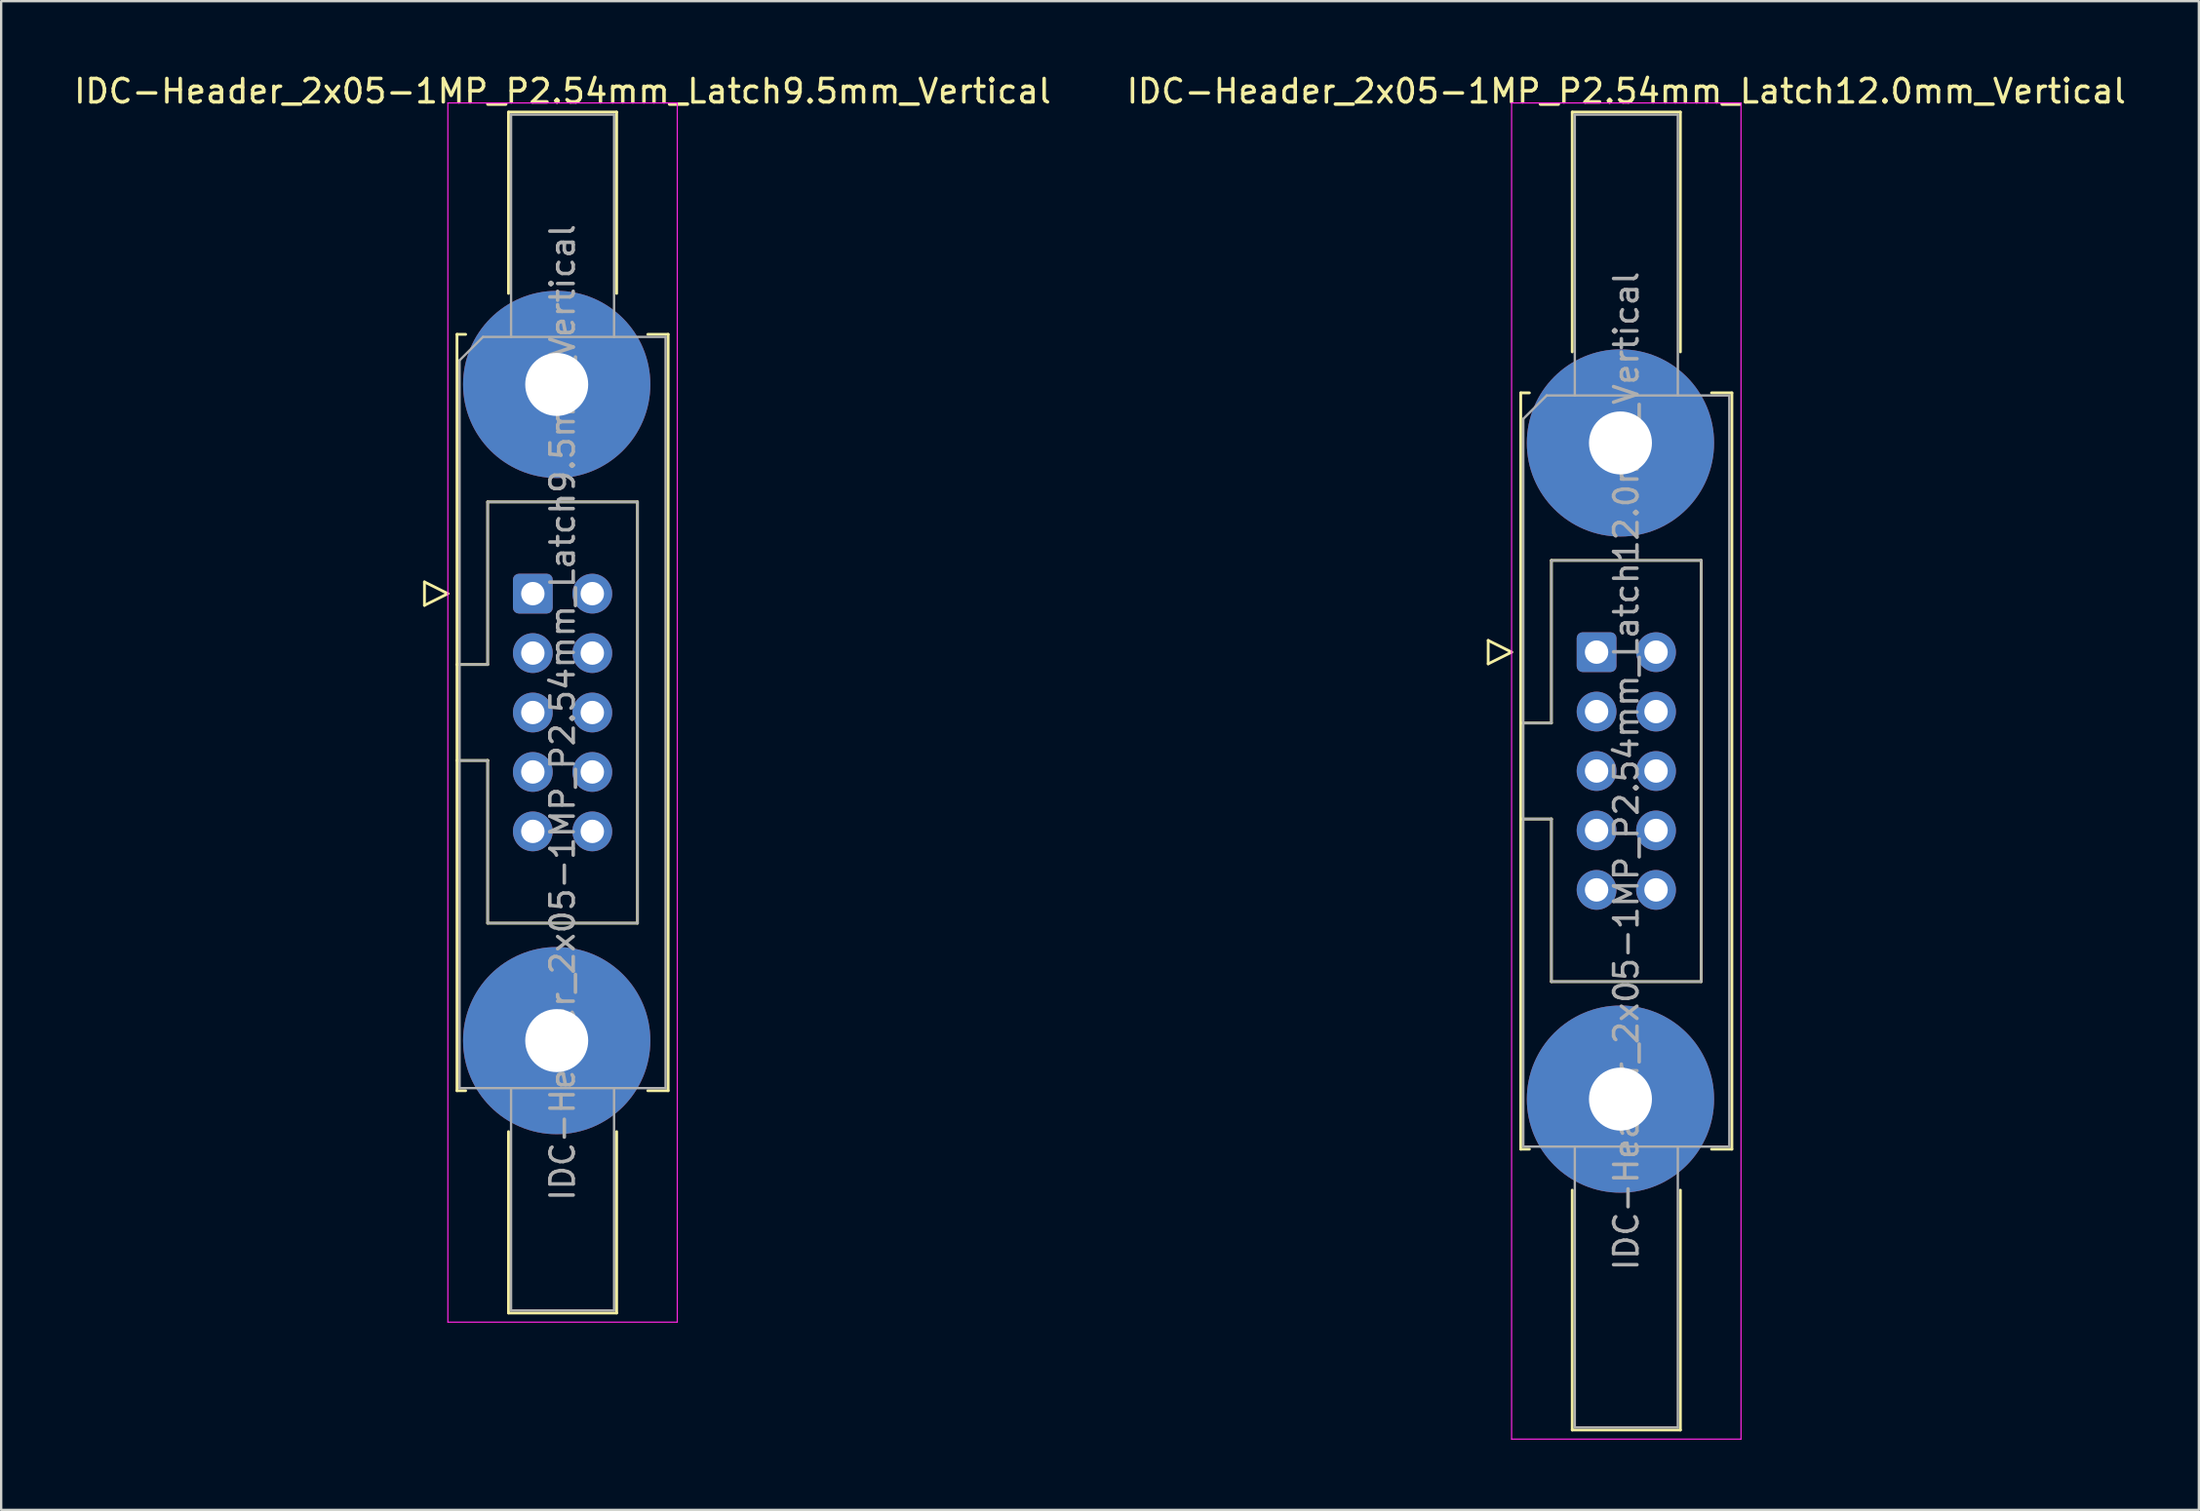
<source format=kicad_pcb>
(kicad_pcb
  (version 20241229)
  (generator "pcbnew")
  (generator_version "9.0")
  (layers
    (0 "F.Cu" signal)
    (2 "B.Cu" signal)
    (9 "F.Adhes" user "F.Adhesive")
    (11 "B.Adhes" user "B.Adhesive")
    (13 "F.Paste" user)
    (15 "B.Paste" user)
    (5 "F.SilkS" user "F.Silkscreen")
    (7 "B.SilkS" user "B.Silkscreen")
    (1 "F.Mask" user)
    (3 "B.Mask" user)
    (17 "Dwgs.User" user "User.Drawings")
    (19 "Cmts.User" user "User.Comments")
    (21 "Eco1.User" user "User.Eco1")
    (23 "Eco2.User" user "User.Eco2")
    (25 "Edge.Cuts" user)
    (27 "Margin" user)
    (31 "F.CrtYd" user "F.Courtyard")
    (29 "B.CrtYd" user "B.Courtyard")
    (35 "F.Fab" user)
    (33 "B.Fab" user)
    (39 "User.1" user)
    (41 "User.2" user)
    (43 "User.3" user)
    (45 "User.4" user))
  (footprint "IDC-Header_2x05-1MP_P2.54mm_Latch9.5mm_Vertical"
    (layer "F.Cu")
    (at 19.712 22.318)
    (property "Reference" "IDC-Header_2x05-1MP_P2.54mm_Latch9.5mm_Vertical" (at 1.27 -21.47 0) (layer "F.SilkS") (effects (font (size 1 1) (thickness 0.15))))
    (attr through_hole)
    (fp_line (start -4.63 -0.5) (end -4.63 0.5) (stroke (width 0.12) (type solid)) (layer "F.SilkS"))
    (fp_line (start -4.63 0.5) (end -3.63 0) (stroke (width 0.12) (type solid)) (layer "F.SilkS"))
    (fp_line (start -3.63 0) (end -4.63 -0.5) (stroke (width 0.12) (type solid)) (layer "F.SilkS"))
    (fp_line (start -3.24 -11.08) (end -3.24 21.24) (stroke (width 0.12) (type solid)) (layer "F.SilkS"))
    (fp_line (start -3.24 3.03) (end -1.93 3.03) (stroke (width 0.12) (type solid)) (layer "F.SilkS"))
    (fp_line (start -3.24 21.24) (end -2.87 21.24) (stroke (width 0.12) (type solid)) (layer "F.SilkS"))
    (fp_line (start -2.87 -11.08) (end -3.24 -11.08) (stroke (width 0.12) (type solid)) (layer "F.SilkS"))
    (fp_line (start -1.93 -3.92) (end 4.47 -3.92) (stroke (width 0.12) (type solid)) (layer "F.SilkS"))
    (fp_line (start -1.93 3.03) (end -1.93 -3.92) (stroke (width 0.12) (type solid)) (layer "F.SilkS"))
    (fp_line (start -1.93 7.13) (end -3.24 7.13) (stroke (width 0.12) (type solid)) (layer "F.SilkS"))
    (fp_line (start -1.93 7.13) (end -1.93 7.13) (stroke (width 0.12) (type solid)) (layer "F.SilkS"))
    (fp_line (start -1.93 14.08) (end -1.93 7.13) (stroke (width 0.12) (type solid)) (layer "F.SilkS"))
    (fp_line (start -1.04 -20.58) (end 3.58 -20.58) (stroke (width 0.12) (type solid)) (layer "F.SilkS"))
    (fp_line (start -1.04 -12.83) (end -1.04 -20.58) (stroke (width 0.12) (type solid)) (layer "F.SilkS"))
    (fp_line (start -1.04 22.99) (end -1.04 30.74) (stroke (width 0.12) (type solid)) (layer "F.SilkS"))
    (fp_line (start -1.04 30.74) (end 3.58 30.74) (stroke (width 0.12) (type solid)) (layer "F.SilkS"))
    (fp_line (start 3.58 -20.58) (end 3.58 -12.83) (stroke (width 0.12) (type solid)) (layer "F.SilkS"))
    (fp_line (start 3.58 30.74) (end 3.58 22.99) (stroke (width 0.12) (type solid)) (layer "F.SilkS"))
    (fp_line (start 4.47 -3.92) (end 4.47 14.08) (stroke (width 0.12) (type solid)) (layer "F.SilkS"))
    (fp_line (start 4.47 14.08) (end -1.93 14.08) (stroke (width 0.12) (type solid)) (layer "F.SilkS"))
    (fp_line (start 4.91 -11.08) (end 5.78 -11.08) (stroke (width 0.12) (type solid)) (layer "F.SilkS"))
    (fp_line (start 5.78 -11.08) (end 5.78 21.24) (stroke (width 0.12) (type solid)) (layer "F.SilkS"))
    (fp_line (start 5.78 21.24) (end 4.91 21.24) (stroke (width 0.12) (type solid)) (layer "F.SilkS"))
    (fp_line (start -3.63 -20.97) (end -3.63 31.13) (stroke (width 0.05) (type solid)) (layer "F.CrtYd"))
    (fp_line (start -3.63 31.13) (end 6.17 31.13) (stroke (width 0.05) (type solid)) (layer "F.CrtYd"))
    (fp_line (start 6.17 -20.97) (end -3.63 -20.97) (stroke (width 0.05) (type solid)) (layer "F.CrtYd"))
    (fp_line (start 6.17 31.13) (end 6.17 -20.97) (stroke (width 0.05) (type solid)) (layer "F.CrtYd"))
    (fp_line (start -3.13 -9.97) (end -2.13 -10.97) (stroke (width 0.1) (type solid)) (layer "F.Fab"))
    (fp_line (start -3.13 3.03) (end -1.93 3.03) (stroke (width 0.1) (type solid)) (layer "F.Fab"))
    (fp_line (start -3.13 21.13) (end -3.13 -9.97) (stroke (width 0.1) (type solid)) (layer "F.Fab"))
    (fp_line (start -2.13 -10.97) (end 5.67 -10.97) (stroke (width 0.1) (type solid)) (layer "F.Fab"))
    (fp_line (start -1.93 -3.92) (end 4.47 -3.92) (stroke (width 0.1) (type solid)) (layer "F.Fab"))
    (fp_line (start -1.93 3.03) (end -1.93 -3.92) (stroke (width 0.1) (type solid)) (layer "F.Fab"))
    (fp_line (start -1.93 7.13) (end -3.13 7.13) (stroke (width 0.1) (type solid)) (layer "F.Fab"))
    (fp_line (start -1.93 7.13) (end -1.93 7.13) (stroke (width 0.1) (type solid)) (layer "F.Fab"))
    (fp_line (start -1.93 14.08) (end -1.93 7.13) (stroke (width 0.1) (type solid)) (layer "F.Fab"))
    (fp_line (start -0.93 -20.47) (end 3.47 -20.47) (stroke (width 0.1) (type solid)) (layer "F.Fab"))
    (fp_line (start -0.93 -10.97) (end -0.93 -20.47) (stroke (width 0.1) (type solid)) (layer "F.Fab"))
    (fp_line (start -0.93 21.13) (end -0.93 30.63) (stroke (width 0.1) (type solid)) (layer "F.Fab"))
    (fp_line (start -0.93 30.63) (end 3.47 30.63) (stroke (width 0.1) (type solid)) (layer "F.Fab"))
    (fp_line (start 3.47 -20.47) (end 3.47 -10.97) (stroke (width 0.1) (type solid)) (layer "F.Fab"))
    (fp_line (start 3.47 30.63) (end 3.47 21.13) (stroke (width 0.1) (type solid)) (layer "F.Fab"))
    (fp_line (start 4.47 -3.92) (end 4.47 14.08) (stroke (width 0.1) (type solid)) (layer "F.Fab"))
    (fp_line (start 4.47 14.08) (end -1.93 14.08) (stroke (width 0.1) (type solid)) (layer "F.Fab"))
    (fp_line (start 5.67 -10.97) (end 5.67 21.13) (stroke (width 0.1) (type solid)) (layer "F.Fab"))
    (fp_line (start 5.67 21.13) (end -3.13 21.13) (stroke (width 0.1) (type solid)) (layer "F.Fab"))
    (fp_text user "${REFERENCE}" (at 1.27 5.08 90) (layer "F.Fab") (effects (font (size 1 1) (thickness 0.15))))
    (pad "1" thru_hole roundrect (at 0 0) (size 1.7 1.7) (drill 1) (layers "*.Cu" "*.Mask") (roundrect_rratio 0.147))
    (pad "2" thru_hole circle (at 2.54 0) (size 1.7 1.7) (drill 1) (layers "*.Cu" "*.Mask"))
    (pad "3" thru_hole circle (at 0 2.54) (size 1.7 1.7) (drill 1) (layers "*.Cu" "*.Mask"))
    (pad "4" thru_hole circle (at 2.54 2.54) (size 1.7 1.7) (drill 1) (layers "*.Cu" "*.Mask"))
    (pad "5" thru_hole circle (at 0 5.08) (size 1.7 1.7) (drill 1) (layers "*.Cu" "*.Mask"))
    (pad "6" thru_hole circle (at 2.54 5.08) (size 1.7 1.7) (drill 1) (layers "*.Cu" "*.Mask"))
    (pad "7" thru_hole circle (at 0 7.62) (size 1.7 1.7) (drill 1) (layers "*.Cu" "*.Mask"))
    (pad "8" thru_hole circle (at 2.54 7.62) (size 1.7 1.7) (drill 1) (layers "*.Cu" "*.Mask"))
    (pad "9" thru_hole circle (at 0 10.16) (size 1.7 1.7) (drill 1) (layers "*.Cu" "*.Mask"))
    (pad "10" thru_hole circle (at 2.54 10.16) (size 1.7 1.7) (drill 1) (layers "*.Cu" "*.Mask"))
    (pad "MP" thru_hole circle (at 1.02 -8.94) (size 8 8) (drill 2.69) (layers "*.Cu" "*.Mask"))
    (pad "MP" thru_hole circle (at 1.02 19.1) (size 8 8) (drill 2.69) (layers "*.Cu" "*.Mask")))
  (footprint "IDC-Header_2x05-1MP_P2.54mm_Latch12.0mm_Vertical"
    (layer "F.Cu")
    (at 65.153 24.818)
    (property "Reference" "IDC-Header_2x05-1MP_P2.54mm_Latch12.0mm_Vertical" (at 1.27 -23.97 0) (layer "F.SilkS") (effects (font (size 1 1) (thickness 0.15))))
    (attr through_hole)
    (fp_line (start -4.63 -0.5) (end -4.63 0.5) (stroke (width 0.12) (type solid)) (layer "F.SilkS"))
    (fp_line (start -4.63 0.5) (end -3.63 0) (stroke (width 0.12) (type solid)) (layer "F.SilkS"))
    (fp_line (start -3.63 0) (end -4.63 -0.5) (stroke (width 0.12) (type solid)) (layer "F.SilkS"))
    (fp_line (start -3.24 -11.08) (end -3.24 21.24) (stroke (width 0.12) (type solid)) (layer "F.SilkS"))
    (fp_line (start -3.24 3.03) (end -1.93 3.03) (stroke (width 0.12) (type solid)) (layer "F.SilkS"))
    (fp_line (start -3.24 21.24) (end -2.87 21.24) (stroke (width 0.12) (type solid)) (layer "F.SilkS"))
    (fp_line (start -2.87 -11.08) (end -3.24 -11.08) (stroke (width 0.12) (type solid)) (layer "F.SilkS"))
    (fp_line (start -1.93 -3.92) (end 4.47 -3.92) (stroke (width 0.12) (type solid)) (layer "F.SilkS"))
    (fp_line (start -1.93 3.03) (end -1.93 -3.92) (stroke (width 0.12) (type solid)) (layer "F.SilkS"))
    (fp_line (start -1.93 7.13) (end -3.24 7.13) (stroke (width 0.12) (type solid)) (layer "F.SilkS"))
    (fp_line (start -1.93 7.13) (end -1.93 7.13) (stroke (width 0.12) (type solid)) (layer "F.SilkS"))
    (fp_line (start -1.93 14.08) (end -1.93 7.13) (stroke (width 0.12) (type solid)) (layer "F.SilkS"))
    (fp_line (start -1.04 -23.08) (end 3.58 -23.08) (stroke (width 0.12) (type solid)) (layer "F.SilkS"))
    (fp_line (start -1.04 -12.83) (end -1.04 -23.08) (stroke (width 0.12) (type solid)) (layer "F.SilkS"))
    (fp_line (start -1.04 22.99) (end -1.04 33.24) (stroke (width 0.12) (type solid)) (layer "F.SilkS"))
    (fp_line (start -1.04 33.24) (end 3.58 33.24) (stroke (width 0.12) (type solid)) (layer "F.SilkS"))
    (fp_line (start 3.58 -23.08) (end 3.58 -12.83) (stroke (width 0.12) (type solid)) (layer "F.SilkS"))
    (fp_line (start 3.58 33.24) (end 3.58 22.99) (stroke (width 0.12) (type solid)) (layer "F.SilkS"))
    (fp_line (start 4.47 -3.92) (end 4.47 14.08) (stroke (width 0.12) (type solid)) (layer "F.SilkS"))
    (fp_line (start 4.47 14.08) (end -1.93 14.08) (stroke (width 0.12) (type solid)) (layer "F.SilkS"))
    (fp_line (start 4.91 -11.08) (end 5.78 -11.08) (stroke (width 0.12) (type solid)) (layer "F.SilkS"))
    (fp_line (start 5.78 -11.08) (end 5.78 21.24) (stroke (width 0.12) (type solid)) (layer "F.SilkS"))
    (fp_line (start 5.78 21.24) (end 4.91 21.24) (stroke (width 0.12) (type solid)) (layer "F.SilkS"))
    (fp_line (start -3.63 -23.47) (end -3.63 33.63) (stroke (width 0.05) (type solid)) (layer "F.CrtYd"))
    (fp_line (start -3.63 33.63) (end 6.17 33.63) (stroke (width 0.05) (type solid)) (layer "F.CrtYd"))
    (fp_line (start 6.17 -23.47) (end -3.63 -23.47) (stroke (width 0.05) (type solid)) (layer "F.CrtYd"))
    (fp_line (start 6.17 33.63) (end 6.17 -23.47) (stroke (width 0.05) (type solid)) (layer "F.CrtYd"))
    (fp_line (start -3.13 -9.97) (end -2.13 -10.97) (stroke (width 0.1) (type solid)) (layer "F.Fab"))
    (fp_line (start -3.13 3.03) (end -1.93 3.03) (stroke (width 0.1) (type solid)) (layer "F.Fab"))
    (fp_line (start -3.13 21.13) (end -3.13 -9.97) (stroke (width 0.1) (type solid)) (layer "F.Fab"))
    (fp_line (start -2.13 -10.97) (end 5.67 -10.97) (stroke (width 0.1) (type solid)) (layer "F.Fab"))
    (fp_line (start -1.93 -3.92) (end 4.47 -3.92) (stroke (width 0.1) (type solid)) (layer "F.Fab"))
    (fp_line (start -1.93 3.03) (end -1.93 -3.92) (stroke (width 0.1) (type solid)) (layer "F.Fab"))
    (fp_line (start -1.93 7.13) (end -3.13 7.13) (stroke (width 0.1) (type solid)) (layer "F.Fab"))
    (fp_line (start -1.93 7.13) (end -1.93 7.13) (stroke (width 0.1) (type solid)) (layer "F.Fab"))
    (fp_line (start -1.93 14.08) (end -1.93 7.13) (stroke (width 0.1) (type solid)) (layer "F.Fab"))
    (fp_line (start -0.93 -22.97) (end 3.47 -22.97) (stroke (width 0.1) (type solid)) (layer "F.Fab"))
    (fp_line (start -0.93 -10.97) (end -0.93 -22.97) (stroke (width 0.1) (type solid)) (layer "F.Fab"))
    (fp_line (start -0.93 21.13) (end -0.93 33.13) (stroke (width 0.1) (type solid)) (layer "F.Fab"))
    (fp_line (start -0.93 33.13) (end 3.47 33.13) (stroke (width 0.1) (type solid)) (layer "F.Fab"))
    (fp_line (start 3.47 -22.97) (end 3.47 -10.97) (stroke (width 0.1) (type solid)) (layer "F.Fab"))
    (fp_line (start 3.47 33.13) (end 3.47 21.13) (stroke (width 0.1) (type solid)) (layer "F.Fab"))
    (fp_line (start 4.47 -3.92) (end 4.47 14.08) (stroke (width 0.1) (type solid)) (layer "F.Fab"))
    (fp_line (start 4.47 14.08) (end -1.93 14.08) (stroke (width 0.1) (type solid)) (layer "F.Fab"))
    (fp_line (start 5.67 -10.97) (end 5.67 21.13) (stroke (width 0.1) (type solid)) (layer "F.Fab"))
    (fp_line (start 5.67 21.13) (end -3.13 21.13) (stroke (width 0.1) (type solid)) (layer "F.Fab"))
    (fp_text user "${REFERENCE}" (at 1.27 5.08 90) (layer "F.Fab") (effects (font (size 1 1) (thickness 0.15))))
    (pad "1" thru_hole roundrect (at 0 0) (size 1.7 1.7) (drill 1) (layers "*.Cu" "*.Mask") (roundrect_rratio 0.147))
    (pad "2" thru_hole circle (at 2.54 0) (size 1.7 1.7) (drill 1) (layers "*.Cu" "*.Mask"))
    (pad "3" thru_hole circle (at 0 2.54) (size 1.7 1.7) (drill 1) (layers "*.Cu" "*.Mask"))
    (pad "4" thru_hole circle (at 2.54 2.54) (size 1.7 1.7) (drill 1) (layers "*.Cu" "*.Mask"))
    (pad "5" thru_hole circle (at 0 5.08) (size 1.7 1.7) (drill 1) (layers "*.Cu" "*.Mask"))
    (pad "6" thru_hole circle (at 2.54 5.08) (size 1.7 1.7) (drill 1) (layers "*.Cu" "*.Mask"))
    (pad "7" thru_hole circle (at 0 7.62) (size 1.7 1.7) (drill 1) (layers "*.Cu" "*.Mask"))
    (pad "8" thru_hole circle (at 2.54 7.62) (size 1.7 1.7) (drill 1) (layers "*.Cu" "*.Mask"))
    (pad "9" thru_hole circle (at 0 10.16) (size 1.7 1.7) (drill 1) (layers "*.Cu" "*.Mask"))
    (pad "10" thru_hole circle (at 2.54 10.16) (size 1.7 1.7) (drill 1) (layers "*.Cu" "*.Mask"))
    (pad "MP" thru_hole circle (at 1.02 -8.94) (size 8 8) (drill 2.69) (layers "*.Cu" "*.Mask"))
    (pad "MP" thru_hole circle (at 1.02 19.1) (size 8 8) (drill 2.69) (layers "*.Cu" "*.Mask")))
  (gr_rect
    (start -3 -3)
    (end 90.881 61.473)
    (stroke (width 0.1) (type default))
    (fill no)
    (layer "Edge.Cuts")))
</source>
